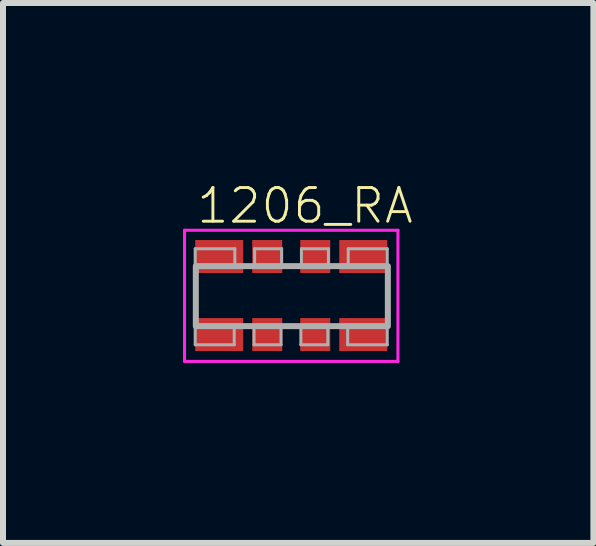
<source format=kicad_pcb>
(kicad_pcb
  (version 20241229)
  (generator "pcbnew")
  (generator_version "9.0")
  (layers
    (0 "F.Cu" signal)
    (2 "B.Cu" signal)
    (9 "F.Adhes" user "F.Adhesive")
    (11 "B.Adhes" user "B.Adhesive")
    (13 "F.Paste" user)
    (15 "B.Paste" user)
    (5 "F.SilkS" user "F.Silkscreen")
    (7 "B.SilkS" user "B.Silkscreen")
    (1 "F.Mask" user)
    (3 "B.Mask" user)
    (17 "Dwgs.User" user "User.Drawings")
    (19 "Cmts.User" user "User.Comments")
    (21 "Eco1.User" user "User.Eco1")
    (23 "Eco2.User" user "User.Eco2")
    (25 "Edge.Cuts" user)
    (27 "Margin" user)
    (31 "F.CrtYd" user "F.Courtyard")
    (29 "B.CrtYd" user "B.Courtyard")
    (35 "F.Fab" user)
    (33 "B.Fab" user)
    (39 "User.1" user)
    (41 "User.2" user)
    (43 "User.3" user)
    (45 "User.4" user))
  (footprint "1206_RA"
    (layer "F.Cu")
    (at 1.803 1.905)
    (property "Reference" "1206_RA" (at -1.605 -1.198 0) (layer "F.SilkS") (effects (font (size 0.561 0.561) (thickness 0.049)) (justify left bottom)))
    (fp_poly (pts (xy -1.62 -0.38) (xy -0.78 -0.38) (xy -0.78 -1) (xy -1.62 -1)) (stroke (width 0) (type default)) (fill yes) (layer "F.Mask"))
    (fp_poly (pts (xy -1.62 0.94) (xy -0.78 0.94) (xy -0.78 0.32) (xy -1.62 0.32)) (stroke (width 0) (type default)) (fill yes) (layer "F.Mask"))
    (fp_poly (pts (xy -0.68 -0.38) (xy -0.12 -0.38) (xy -0.12 -1) (xy -0.68 -1)) (stroke (width 0) (type default)) (fill yes) (layer "F.Mask"))
    (fp_poly (pts (xy -0.68 0.94) (xy -0.12 0.94) (xy -0.12 0.32) (xy -0.68 0.32)) (stroke (width 0) (type default)) (fill yes) (layer "F.Mask"))
    (fp_poly (pts (xy 0.12 -0.38) (xy 0.68 -0.38) (xy 0.68 -1) (xy 0.12 -1)) (stroke (width 0) (type default)) (fill yes) (layer "F.Mask"))
    (fp_poly (pts (xy 0.12 0.94) (xy 0.68 0.94) (xy 0.68 0.32) (xy 0.12 0.32)) (stroke (width 0) (type default)) (fill yes) (layer "F.Mask"))
    (fp_poly (pts (xy 0.78 -0.38) (xy 1.62 -0.38) (xy 1.62 -1) (xy 0.78 -1)) (stroke (width 0) (type default)) (fill yes) (layer "F.Mask"))
    (fp_poly (pts (xy 0.78 0.94) (xy 1.62 0.94) (xy 1.62 0.3) (xy 0.78 0.3)) (stroke (width 0) (type default)) (fill yes) (layer "F.Mask"))
    (fp_line (start -1.778 -1.118) (end 1.778 -1.118) (stroke (width 0.051) (type solid)) (layer "F.CrtYd"))
    (fp_line (start -1.778 1.067) (end -1.778 -1.118) (stroke (width 0.051) (type solid)) (layer "F.CrtYd"))
    (fp_line (start 1.778 -1.118) (end 1.778 1.067) (stroke (width 0.051) (type solid)) (layer "F.CrtYd"))
    (fp_line (start 1.778 1.067) (end -1.778 1.067) (stroke (width 0.051) (type solid)) (layer "F.CrtYd"))
    (fp_line (start -1.6 -0.81) (end -1.6 0.79) (stroke (width 0.051) (type solid)) (layer "F.Fab"))
    (fp_line (start -1.6 0.79) (end -0.95 0.79) (stroke (width 0.05) (type solid)) (layer "F.Fab"))
    (fp_line (start -0.95 0.49) (end -0.62 0.49) (stroke (width 0.05) (type solid)) (layer "F.Fab"))
    (fp_line (start -0.95 0.79) (end -0.95 0.49) (stroke (width 0.05) (type solid)) (layer "F.Fab"))
    (fp_line (start -0.94 -0.81) (end -1.6 -0.81) (stroke (width 0.05) (type solid)) (layer "F.Fab"))
    (fp_line (start -0.94 -0.51) (end -0.94 -0.81) (stroke (width 0.05) (type solid)) (layer "F.Fab"))
    (fp_line (start -0.62 0.49) (end -0.62 0.79) (stroke (width 0.05) (type solid)) (layer "F.Fab"))
    (fp_line (start -0.62 0.79) (end -0.17 0.79) (stroke (width 0.05) (type solid)) (layer "F.Fab"))
    (fp_line (start -0.61 -0.81) (end -0.61 -0.51) (stroke (width 0.05) (type solid)) (layer "F.Fab"))
    (fp_line (start -0.61 -0.51) (end -0.94 -0.51) (stroke (width 0.05) (type solid)) (layer "F.Fab"))
    (fp_line (start -0.17 0.49) (end 0.16 0.49) (stroke (width 0.05) (type solid)) (layer "F.Fab"))
    (fp_line (start -0.17 0.79) (end -0.17 0.49) (stroke (width 0.05) (type solid)) (layer "F.Fab"))
    (fp_line (start -0.16 -0.81) (end -0.61 -0.81) (stroke (width 0.05) (type solid)) (layer "F.Fab"))
    (fp_line (start -0.16 -0.51) (end -0.16 -0.81) (stroke (width 0.05) (type solid)) (layer "F.Fab"))
    (fp_line (start 0.16 0.49) (end 0.16 0.79) (stroke (width 0.05) (type solid)) (layer "F.Fab"))
    (fp_line (start 0.16 0.79) (end 0.61 0.79) (stroke (width 0.05) (type solid)) (layer "F.Fab"))
    (fp_line (start 0.17 -0.81) (end 0.17 -0.51) (stroke (width 0.05) (type solid)) (layer "F.Fab"))
    (fp_line (start 0.17 -0.51) (end -0.16 -0.51) (stroke (width 0.05) (type solid)) (layer "F.Fab"))
    (fp_line (start 0.61 0.49) (end 0.94 0.49) (stroke (width 0.05) (type solid)) (layer "F.Fab"))
    (fp_line (start 0.61 0.79) (end 0.61 0.49) (stroke (width 0.05) (type solid)) (layer "F.Fab"))
    (fp_line (start 0.62 -0.81) (end 0.17 -0.81) (stroke (width 0.05) (type solid)) (layer "F.Fab"))
    (fp_line (start 0.62 -0.51) (end 0.62 -0.81) (stroke (width 0.05) (type solid)) (layer "F.Fab"))
    (fp_line (start 0.94 0.49) (end 0.94 0.79) (stroke (width 0.05) (type solid)) (layer "F.Fab"))
    (fp_line (start 0.94 0.79) (end 1.6 0.79) (stroke (width 0.05) (type solid)) (layer "F.Fab"))
    (fp_line (start 0.95 -0.81) (end 0.95 -0.51) (stroke (width 0.05) (type solid)) (layer "F.Fab"))
    (fp_line (start 0.95 -0.51) (end 0.62 -0.51) (stroke (width 0.05) (type solid)) (layer "F.Fab"))
    (fp_line (start 1.6 -0.81) (end 0.95 -0.81) (stroke (width 0.05) (type solid)) (layer "F.Fab"))
    (fp_line (start 1.6 0.79) (end 1.6 -0.81) (stroke (width 0.05) (type solid)) (layer "F.Fab"))
    (fp_poly (pts (xy -1.59 0.48) (xy 1.61 0.48) (xy 1.61 -0.52) (xy -1.59 -0.52)) (stroke (width 0.1) (type default)) (fill no) (layer "F.Fab"))
    (pad "P1" smd rect (at -1.2 0.62) (size 0.8 0.55) (layers "F.Cu" "F.Paste"))
    (pad "P2" smd rect (at -0.4 0.62) (size 0.5 0.55) (layers "F.Cu" "F.Paste"))
    (pad "P3" smd rect (at 0.4 0.62) (size 0.5 0.55) (layers "F.Cu" "F.Paste"))
    (pad "P4" smd rect (at 1.2 0.62) (size 0.8 0.55) (layers "F.Cu" "F.Paste"))
    (pad "P5" smd rect (at 1.2 -0.68) (size 0.8 0.55) (layers "F.Cu" "F.Paste"))
    (pad "P6" smd rect (at 0.4 -0.68) (size 0.5 0.55) (layers "F.Cu" "F.Paste"))
    (pad "P7" smd rect (at -0.4 -0.68) (size 0.5 0.55) (layers "F.Cu" "F.Paste"))
    (pad "P8" smd rect (at -1.2 -0.68) (size 0.8 0.55) (layers "F.Cu" "F.Paste")))
  (gr_rect
    (start -3 -3)
    (end 6.838 5.997)
    (stroke (width 0.1) (type default))
    (fill no)
    (layer "Edge.Cuts")))
</source>
